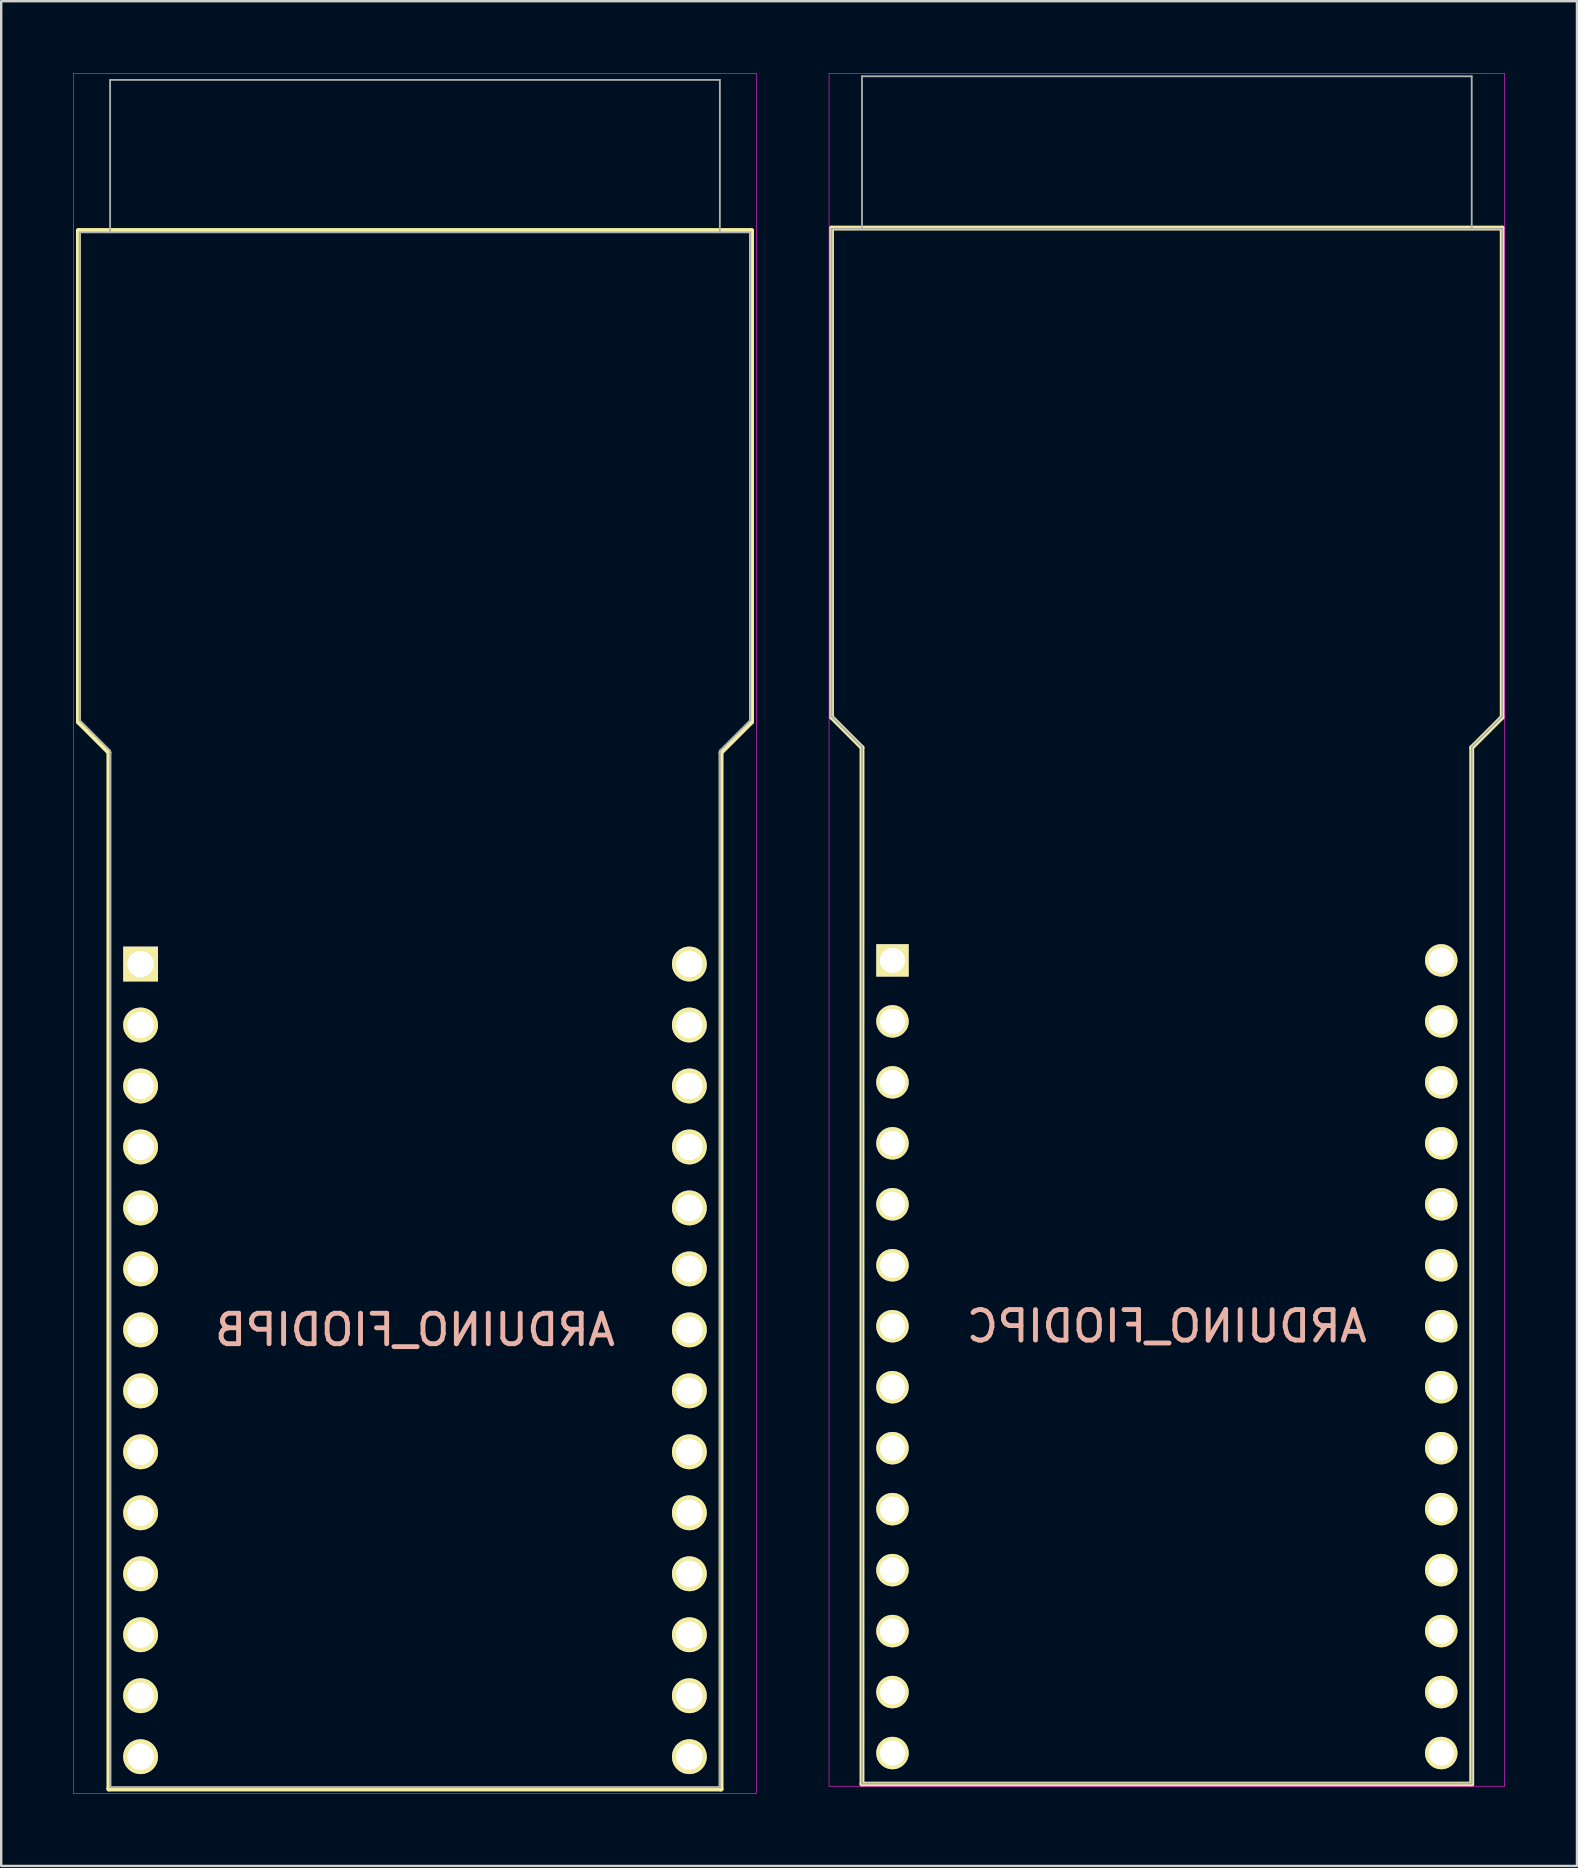
<source format=kicad_pcb>
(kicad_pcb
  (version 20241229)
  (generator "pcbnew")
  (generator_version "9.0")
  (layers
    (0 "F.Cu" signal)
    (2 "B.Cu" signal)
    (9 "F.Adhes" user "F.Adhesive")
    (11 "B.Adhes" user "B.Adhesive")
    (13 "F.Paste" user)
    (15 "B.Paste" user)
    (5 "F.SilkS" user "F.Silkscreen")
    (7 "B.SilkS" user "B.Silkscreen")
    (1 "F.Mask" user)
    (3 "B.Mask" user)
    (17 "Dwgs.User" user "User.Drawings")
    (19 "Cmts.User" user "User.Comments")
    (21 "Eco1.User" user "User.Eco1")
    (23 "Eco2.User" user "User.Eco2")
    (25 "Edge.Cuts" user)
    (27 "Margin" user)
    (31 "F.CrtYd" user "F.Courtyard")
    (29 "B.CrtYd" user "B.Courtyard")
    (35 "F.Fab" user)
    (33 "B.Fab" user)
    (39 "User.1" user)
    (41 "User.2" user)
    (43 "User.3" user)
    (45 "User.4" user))
  (footprint "ARDUINO_FIODIPC"
    (layer "F.Cu")
    (at 45.558 53.467)
    (property "Reference" "ARDUINO_FIODIPC" (at 0 -1.27 0) (layer "B.SilkS") (effects (font (size 1.27 1.27) (thickness 0.203)) (justify mirror)))
    (attr through_hole)
    (fp_line (start -13.97 -47.015) (end -13.97 -26.645) (stroke (width 0.203) (type solid)) (layer "F.SilkS"))
    (fp_line (start -13.97 -26.645) (end -12.7 -25.375) (stroke (width 0.203) (type solid)) (layer "F.SilkS"))
    (fp_line (start -12.7 -25.375) (end -12.7 17.805) (stroke (width 0.203) (type solid)) (layer "F.SilkS"))
    (fp_line (start -12.7 17.805) (end 12.7 17.805) (stroke (width 0.203) (type solid)) (layer "F.SilkS"))
    (fp_line (start 12.7 -25.375) (end 13.97 -26.645) (stroke (width 0.203) (type solid)) (layer "F.SilkS"))
    (fp_line (start 12.7 17.805) (end 12.7 -25.375) (stroke (width 0.203) (type solid)) (layer "F.SilkS"))
    (fp_line (start 13.97 -47.015) (end -13.97 -47.015) (stroke (width 0.203) (type solid)) (layer "F.SilkS"))
    (fp_line (start 13.97 -26.645) (end 13.97 -47.015) (stroke (width 0.203) (type solid)) (layer "F.SilkS"))
    (fp_line (start -14.072 -53.454) (end -14.072 17.894) (stroke (width 0.025) (type solid)) (layer "F.CrtYd"))
    (fp_line (start -14.072 17.894) (end 14.072 17.894) (stroke (width 0.025) (type solid)) (layer "F.CrtYd"))
    (fp_line (start 14.072 -53.454) (end -14.072 -53.454) (stroke (width 0.025) (type solid)) (layer "F.CrtYd"))
    (fp_line (start 14.072 17.894) (end 14.072 -53.454) (stroke (width 0.025) (type solid)) (layer "F.CrtYd"))
    (fp_line (start -13.97 -46.99) (end -13.97 -26.67) (stroke (width 0.076) (type solid)) (layer "F.Fab"))
    (fp_line (start -13.97 -26.67) (end -12.7 -25.4) (stroke (width 0.076) (type solid)) (layer "F.Fab"))
    (fp_line (start -12.7 -53.34) (end -12.7 -46.99) (stroke (width 0.076) (type solid)) (layer "F.Fab"))
    (fp_line (start -12.7 -25.4) (end -12.7 17.78) (stroke (width 0.076) (type solid)) (layer "F.Fab"))
    (fp_line (start -12.7 17.78) (end 12.7 17.78) (stroke (width 0.076) (type solid)) (layer "F.Fab"))
    (fp_line (start 12.7 -53.34) (end -12.7 -53.34) (stroke (width 0.076) (type solid)) (layer "F.Fab"))
    (fp_line (start 12.7 -46.99) (end 12.7 -53.34) (stroke (width 0.076) (type solid)) (layer "F.Fab"))
    (fp_line (start 12.7 -25.4) (end 13.97 -26.67) (stroke (width 0.076) (type solid)) (layer "F.Fab"))
    (fp_line (start 12.7 17.78) (end 12.7 -25.4) (stroke (width 0.076) (type solid)) (layer "F.Fab"))
    (fp_line (start 13.97 -46.99) (end -13.97 -46.99) (stroke (width 0.076) (type solid)) (layer "F.Fab"))
    (fp_line (start 13.97 -26.67) (end 13.97 -46.99) (stroke (width 0.076) (type solid)) (layer "F.Fab"))
    (pad "1" thru_hole rect (at -11.43 -16.51) (size 1.35 1.35) (drill 1.05) (layers "*.Cu" "*.Mask" "F.SilkS"))
    (pad "2" thru_hole circle (at -11.43 -13.97) (size 1.35 1.35) (drill 1.05) (layers "*.Cu" "*.Mask" "F.SilkS"))
    (pad "3" thru_hole circle (at -11.43 -11.43) (size 1.35 1.35) (drill 1.05) (layers "*.Cu" "*.Mask" "F.SilkS"))
    (pad "4" thru_hole circle (at -11.43 -8.89) (size 1.35 1.35) (drill 1.05) (layers "*.Cu" "*.Mask" "F.SilkS"))
    (pad "5" thru_hole circle (at -11.43 -6.35) (size 1.35 1.35) (drill 1.05) (layers "*.Cu" "*.Mask" "F.SilkS"))
    (pad "6" thru_hole circle (at -11.43 -3.81) (size 1.35 1.35) (drill 1.05) (layers "*.Cu" "*.Mask" "F.SilkS"))
    (pad "7" thru_hole circle (at -11.43 -1.27) (size 1.35 1.35) (drill 1.05) (layers "*.Cu" "*.Mask" "F.SilkS"))
    (pad "8" thru_hole circle (at -11.43 1.27) (size 1.35 1.35) (drill 1.05) (layers "*.Cu" "*.Mask" "F.SilkS"))
    (pad "9" thru_hole circle (at -11.43 3.81) (size 1.35 1.35) (drill 1.05) (layers "*.Cu" "*.Mask" "F.SilkS"))
    (pad "10" thru_hole circle (at -11.43 6.35) (size 1.35 1.35) (drill 1.05) (layers "*.Cu" "*.Mask" "F.SilkS"))
    (pad "11" thru_hole circle (at -11.43 8.89) (size 1.35 1.35) (drill 1.05) (layers "*.Cu" "*.Mask" "F.SilkS"))
    (pad "12" thru_hole circle (at -11.43 11.43) (size 1.35 1.35) (drill 1.05) (layers "*.Cu" "*.Mask" "F.SilkS"))
    (pad "13" thru_hole circle (at -11.43 13.97) (size 1.35 1.35) (drill 1.05) (layers "*.Cu" "*.Mask" "F.SilkS"))
    (pad "14" thru_hole circle (at -11.43 16.51) (size 1.35 1.35) (drill 1.05) (layers "*.Cu" "*.Mask" "F.SilkS"))
    (pad "15" thru_hole circle (at 11.43 16.51) (size 1.35 1.35) (drill 1.05) (layers "*.Cu" "*.Mask" "F.SilkS"))
    (pad "16" thru_hole circle (at 11.43 13.97) (size 1.35 1.35) (drill 1.05) (layers "*.Cu" "*.Mask" "F.SilkS"))
    (pad "17" thru_hole circle (at 11.43 11.43) (size 1.35 1.35) (drill 1.05) (layers "*.Cu" "*.Mask" "F.SilkS"))
    (pad "18" thru_hole circle (at 11.43 8.89) (size 1.35 1.35) (drill 1.05) (layers "*.Cu" "*.Mask" "F.SilkS"))
    (pad "19" thru_hole circle (at 11.43 6.35) (size 1.35 1.35) (drill 1.05) (layers "*.Cu" "*.Mask" "F.SilkS"))
    (pad "20" thru_hole circle (at 11.43 3.81) (size 1.35 1.35) (drill 1.05) (layers "*.Cu" "*.Mask" "F.SilkS"))
    (pad "21" thru_hole circle (at 11.43 1.27) (size 1.35 1.35) (drill 1.05) (layers "*.Cu" "*.Mask" "F.SilkS"))
    (pad "22" thru_hole circle (at 11.43 -1.27) (size 1.35 1.35) (drill 1.05) (layers "*.Cu" "*.Mask" "F.SilkS"))
    (pad "23" thru_hole circle (at 11.43 -3.81) (size 1.35 1.35) (drill 1.05) (layers "*.Cu" "*.Mask" "F.SilkS"))
    (pad "24" thru_hole circle (at 11.43 -6.35) (size 1.35 1.35) (drill 1.05) (layers "*.Cu" "*.Mask" "F.SilkS"))
    (pad "25" thru_hole circle (at 11.43 -8.89) (size 1.35 1.35) (drill 1.05) (layers "*.Cu" "*.Mask" "F.SilkS"))
    (pad "26" thru_hole circle (at 11.43 -11.43) (size 1.35 1.35) (drill 1.05) (layers "*.Cu" "*.Mask" "F.SilkS"))
    (pad "27" thru_hole circle (at 11.43 -13.97) (size 1.35 1.35) (drill 1.05) (layers "*.Cu" "*.Mask" "F.SilkS"))
    (pad "28" thru_hole circle (at 11.43 -16.51) (size 1.35 1.35) (drill 1.05) (layers "*.Cu" "*.Mask" "F.SilkS")))
  (footprint "ARDUINO_FIODIPB"
    (layer "F.Cu")
    (at 14.237 53.619)
    (property "Reference" "ARDUINO_FIODIPB" (at 0 -1.27 0) (layer "B.SilkS") (effects (font (size 1.27 1.27) (thickness 0.203)) (justify mirror)))
    (attr through_hole)
    (fp_line (start -14.021 -47.066) (end -14.021 -26.594) (stroke (width 0.203) (type solid)) (layer "F.SilkS"))
    (fp_line (start -14.021 -26.594) (end -12.751 -25.324) (stroke (width 0.203) (type solid)) (layer "F.SilkS"))
    (fp_line (start -12.751 -25.324) (end -12.751 17.856) (stroke (width 0.203) (type solid)) (layer "F.SilkS"))
    (fp_line (start -12.751 17.856) (end 12.751 17.856) (stroke (width 0.203) (type solid)) (layer "F.SilkS"))
    (fp_line (start 12.751 -25.324) (end 14.021 -26.594) (stroke (width 0.203) (type solid)) (layer "F.SilkS"))
    (fp_line (start 12.751 17.856) (end 12.751 -25.324) (stroke (width 0.203) (type solid)) (layer "F.SilkS"))
    (fp_line (start 14.021 -47.066) (end -14.021 -47.066) (stroke (width 0.203) (type solid)) (layer "F.SilkS"))
    (fp_line (start 14.021 -26.594) (end 14.021 -47.066) (stroke (width 0.203) (type solid)) (layer "F.SilkS"))
    (fp_line (start -14.224 -53.607) (end -14.224 18.047) (stroke (width 0.025) (type solid)) (layer "F.CrtYd"))
    (fp_line (start -14.224 18.047) (end 14.224 18.047) (stroke (width 0.025) (type solid)) (layer "F.CrtYd"))
    (fp_line (start 14.224 -53.607) (end -14.224 -53.607) (stroke (width 0.025) (type solid)) (layer "F.CrtYd"))
    (fp_line (start 14.224 18.047) (end 14.224 -53.607) (stroke (width 0.025) (type solid)) (layer "F.CrtYd"))
    (fp_line (start -13.97 -46.99) (end -13.97 -26.67) (stroke (width 0.076) (type solid)) (layer "F.Fab"))
    (fp_line (start -13.97 -26.67) (end -12.7 -25.4) (stroke (width 0.076) (type solid)) (layer "F.Fab"))
    (fp_line (start -12.7 -53.34) (end -12.7 -46.99) (stroke (width 0.076) (type solid)) (layer "F.Fab"))
    (fp_line (start -12.7 -25.4) (end -12.7 17.78) (stroke (width 0.076) (type solid)) (layer "F.Fab"))
    (fp_line (start -12.7 17.78) (end 12.7 17.78) (stroke (width 0.076) (type solid)) (layer "F.Fab"))
    (fp_line (start 12.7 -53.34) (end -12.7 -53.34) (stroke (width 0.076) (type solid)) (layer "F.Fab"))
    (fp_line (start 12.7 -46.99) (end 12.7 -53.34) (stroke (width 0.076) (type solid)) (layer "F.Fab"))
    (fp_line (start 12.7 -25.4) (end 13.97 -26.67) (stroke (width 0.076) (type solid)) (layer "F.Fab"))
    (fp_line (start 12.7 17.78) (end 12.7 -25.4) (stroke (width 0.076) (type solid)) (layer "F.Fab"))
    (fp_line (start 13.97 -46.99) (end -13.97 -46.99) (stroke (width 0.076) (type solid)) (layer "F.Fab"))
    (fp_line (start 13.97 -26.67) (end 13.97 -46.99) (stroke (width 0.076) (type solid)) (layer "F.Fab"))
    (pad "1" thru_hole rect (at -11.43 -16.51) (size 1.45 1.45) (drill 1.1) (layers "*.Cu" "*.Mask" "F.SilkS"))
    (pad "2" thru_hole circle (at -11.43 -13.97) (size 1.45 1.45) (drill 1.1) (layers "*.Cu" "*.Mask" "F.SilkS"))
    (pad "3" thru_hole circle (at -11.43 -11.43) (size 1.45 1.45) (drill 1.1) (layers "*.Cu" "*.Mask" "F.SilkS"))
    (pad "4" thru_hole circle (at -11.43 -8.89) (size 1.45 1.45) (drill 1.1) (layers "*.Cu" "*.Mask" "F.SilkS"))
    (pad "5" thru_hole circle (at -11.43 -6.35) (size 1.45 1.45) (drill 1.1) (layers "*.Cu" "*.Mask" "F.SilkS"))
    (pad "6" thru_hole circle (at -11.43 -3.81) (size 1.45 1.45) (drill 1.1) (layers "*.Cu" "*.Mask" "F.SilkS"))
    (pad "7" thru_hole circle (at -11.43 -1.27) (size 1.45 1.45) (drill 1.1) (layers "*.Cu" "*.Mask" "F.SilkS"))
    (pad "8" thru_hole circle (at -11.43 1.27) (size 1.45 1.45) (drill 1.1) (layers "*.Cu" "*.Mask" "F.SilkS"))
    (pad "9" thru_hole circle (at -11.43 3.81) (size 1.45 1.45) (drill 1.1) (layers "*.Cu" "*.Mask" "F.SilkS"))
    (pad "10" thru_hole circle (at -11.43 6.35) (size 1.45 1.45) (drill 1.1) (layers "*.Cu" "*.Mask" "F.SilkS"))
    (pad "11" thru_hole circle (at -11.43 8.89) (size 1.45 1.45) (drill 1.1) (layers "*.Cu" "*.Mask" "F.SilkS"))
    (pad "12" thru_hole circle (at -11.43 11.43) (size 1.45 1.45) (drill 1.1) (layers "*.Cu" "*.Mask" "F.SilkS"))
    (pad "13" thru_hole circle (at -11.43 13.97) (size 1.45 1.45) (drill 1.1) (layers "*.Cu" "*.Mask" "F.SilkS"))
    (pad "14" thru_hole circle (at -11.43 16.51) (size 1.45 1.45) (drill 1.1) (layers "*.Cu" "*.Mask" "F.SilkS"))
    (pad "15" thru_hole circle (at 11.43 16.51) (size 1.45 1.45) (drill 1.1) (layers "*.Cu" "*.Mask" "F.SilkS"))
    (pad "16" thru_hole circle (at 11.43 13.97) (size 1.45 1.45) (drill 1.1) (layers "*.Cu" "*.Mask" "F.SilkS"))
    (pad "17" thru_hole circle (at 11.43 11.43) (size 1.45 1.45) (drill 1.1) (layers "*.Cu" "*.Mask" "F.SilkS"))
    (pad "18" thru_hole circle (at 11.43 8.89) (size 1.45 1.45) (drill 1.1) (layers "*.Cu" "*.Mask" "F.SilkS"))
    (pad "19" thru_hole circle (at 11.43 6.35) (size 1.45 1.45) (drill 1.1) (layers "*.Cu" "*.Mask" "F.SilkS"))
    (pad "20" thru_hole circle (at 11.43 3.81) (size 1.45 1.45) (drill 1.1) (layers "*.Cu" "*.Mask" "F.SilkS"))
    (pad "21" thru_hole circle (at 11.43 1.27) (size 1.45 1.45) (drill 1.1) (layers "*.Cu" "*.Mask" "F.SilkS"))
    (pad "22" thru_hole circle (at 11.43 -1.27) (size 1.45 1.45) (drill 1.1) (layers "*.Cu" "*.Mask" "F.SilkS"))
    (pad "23" thru_hole circle (at 11.43 -3.81) (size 1.45 1.45) (drill 1.1) (layers "*.Cu" "*.Mask" "F.SilkS"))
    (pad "24" thru_hole circle (at 11.43 -6.35) (size 1.45 1.45) (drill 1.1) (layers "*.Cu" "*.Mask" "F.SilkS"))
    (pad "25" thru_hole circle (at 11.43 -8.89) (size 1.45 1.45) (drill 1.1) (layers "*.Cu" "*.Mask" "F.SilkS"))
    (pad "26" thru_hole circle (at 11.43 -11.43) (size 1.45 1.45) (drill 1.1) (layers "*.Cu" "*.Mask" "F.SilkS"))
    (pad "27" thru_hole circle (at 11.43 -13.97) (size 1.45 1.45) (drill 1.1) (layers "*.Cu" "*.Mask" "F.SilkS"))
    (pad "28" thru_hole circle (at 11.43 -16.51) (size 1.45 1.45) (drill 1.1) (layers "*.Cu" "*.Mask" "F.SilkS")))
  (gr_rect
    (start -3 -3)
    (end 62.642 74.679)
    (stroke (width 0.1) (type default))
    (fill no)
    (layer "Edge.Cuts")))
</source>
